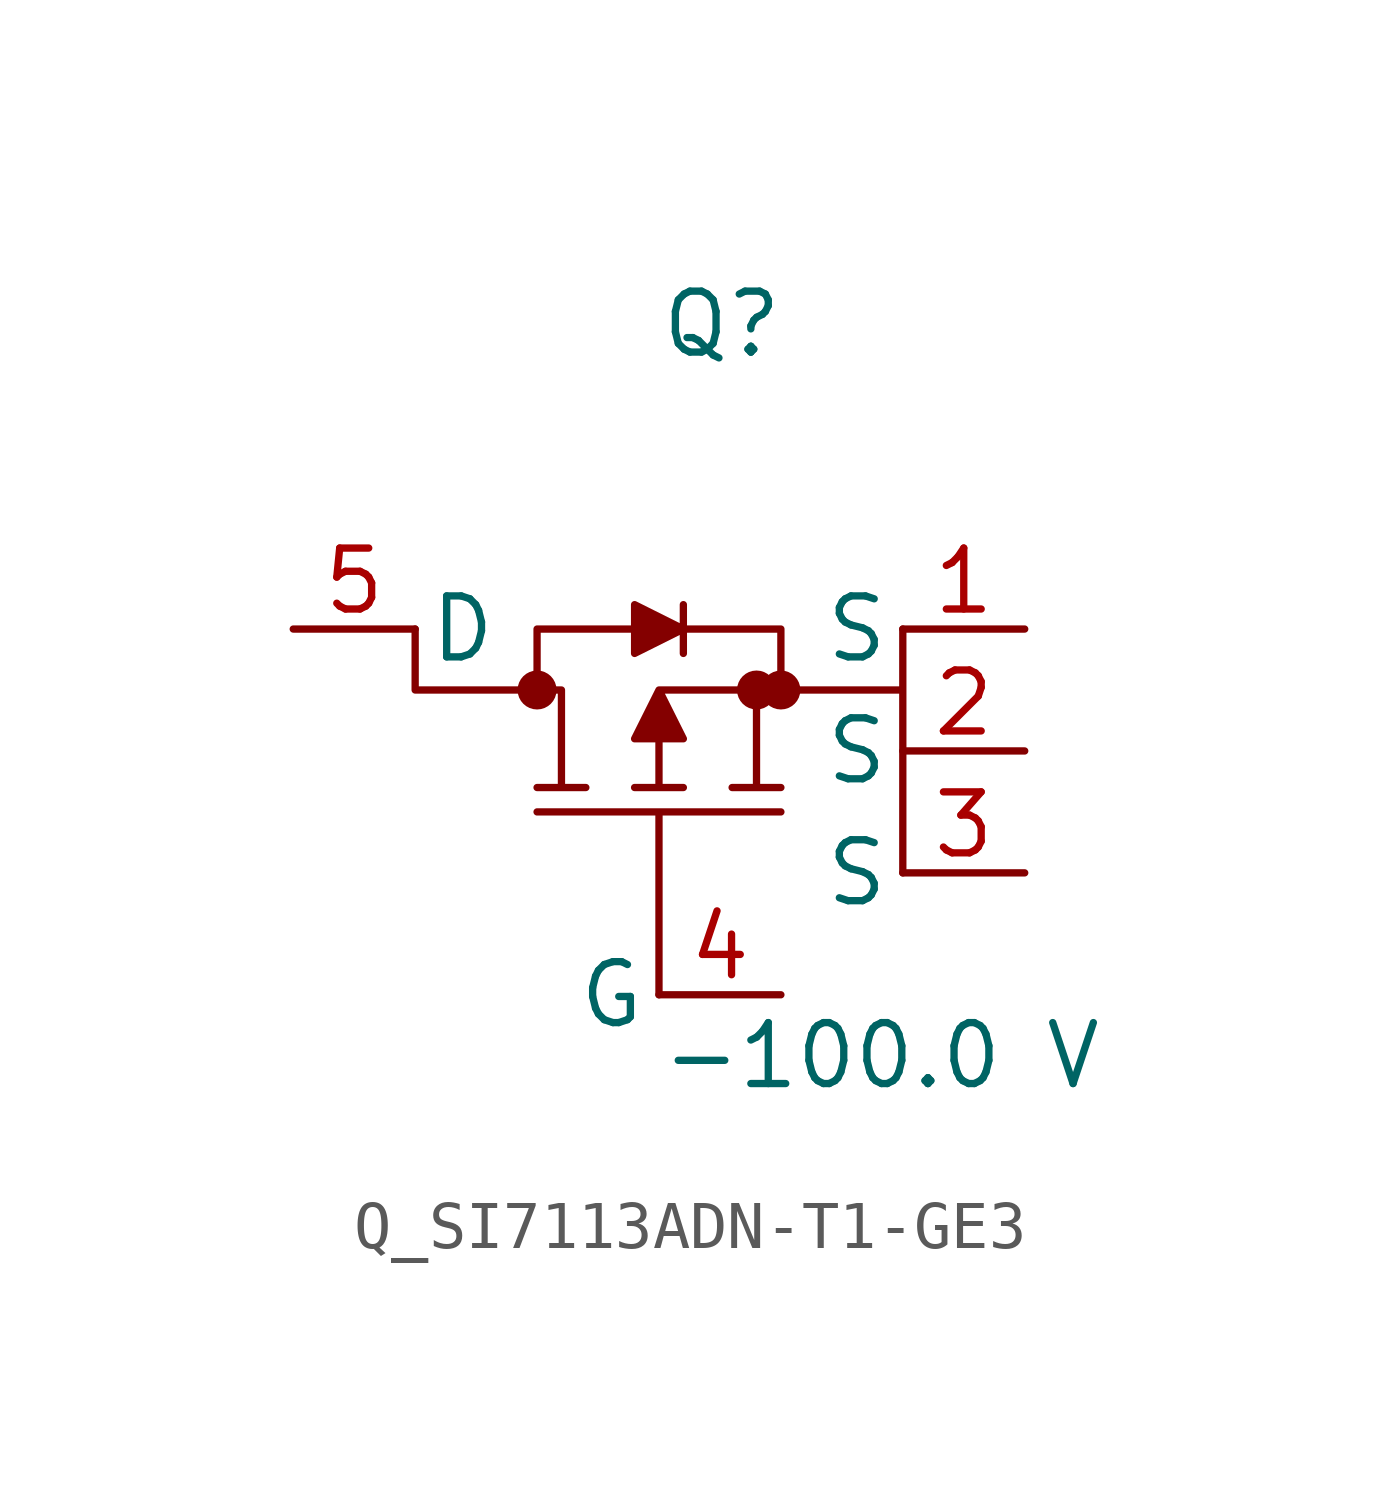
<source format=kicad_sym>
(kicad_symbol_lib
  (version 20231120)
  (generator kicad_symbol_editor)
  (generator_version 8.0)
  (symbol "Q_SI7113ADN-T1-GE3"
    (pin_names
      (offset 0.254))
    (property "Reference" "Q"
      (at 0 7.62 0)
      (effects (font (size 1.27 1.27)) (justify left)))
    (property "Value" "-100.0 V"
      (at 0 -7.62 0)
      (effects (font (size 1.27 1.27)) (justify left)))
    (symbol "Q_SI7113ADN-T1-GE3_1_0"
      (polyline (pts (xy 0 -6.35) (xy 0 -2.54) (xy -2.54 -2.54) (xy 2.54 -2.54) (xy 0 -2.54) (xy 0 -6.35)) (stroke (width 0) (type default)) (fill (type outline)))
      (polyline (pts (xy -5.08 1.27) (xy -5.08 0.0) (xy -2.54 0.0) (xy -2.032 0.0) (xy -2.032 -2.032) (xy -2.54 -2.032) (xy -1.524 -2.032) (xy -2.032 -2.032) (xy -2.032 0.0) (xy -2.54 0.0) (xy -2.54 1.27) (xy -0.508 1.27) (xy -0.508 0.762) (xy 0.508 1.27) (xy 0.508 0.762) (xy 0.508 1.27) (xy 2.54 1.27) (xy 2.54 0.0) (xy 0 0.0) (xy -0.508 -1.016) (xy 0 -1.016) (xy 0 -2.032) (xy -0.508 -2.032) (xy 0.508 -2.032) (xy 0 -2.032) (xy 0 -1.016) (xy 0.508 -1.016) (xy 0 0.0) (xy 2.032 0.0) (xy 2.032 -2.032) (xy 1.524 -2.032) (xy 2.54 -2.032) (xy 2.032 -2.032) (xy 2.032 0.0) (xy 2.54 0.0) (xy 5.08 0.0) (xy 5.08 -3.81) (xy 5.08 1.27) (xy 5.08 0.0) (xy 2.54 0.0) (xy 2.54 1.27) (xy 0.508 1.27) (xy 0.508 1.778) (xy 0.508 1.27) (xy -0.508 1.778) (xy -0.508 1.27) (xy -2.54 1.27) (xy -2.54 0.0) (xy -5.08 0.0) (xy -5.08 1.27)) (stroke (width 0) (type default)) (fill (type outline)))
      (circle (center -2.54 0.0) (radius 0.025) (stroke (width 0.381) (type default)) (fill (type none)))
      (circle (center 2.032 0.0) (radius 0.025) (stroke (width 0.381) (type default)) (fill (type none)))
      (circle (center 2.54 0.0) (radius 0.025) (stroke (width 0.381) (type default)) (fill (type none)))
      (pin unspecified line (at -7.62 1.27 0) (length 2.54) (name "D" (effects (font (size 1.27 1.27)))) (number "5" (effects (font (size 1.27 1.27)))))
      (pin unspecified line (at 7.62 1.27 180) (length 2.54) (name "S" (effects (font (size 1.27 1.27)))) (number "1" (effects (font (size 1.27 1.27)))))
      (pin unspecified line (at 7.62 -1.27 180) (length 2.54) (name "S" (effects (font (size 1.27 1.27)))) (number "2" (effects (font (size 1.27 1.27)))))
      (pin unspecified line (at 7.62 -3.81 180) (length 2.54) (name "S" (effects (font (size 1.27 1.27)))) (number "3" (effects (font (size 1.27 1.27)))))
      (pin unspecified line (at 2.54 -6.35 180) (length 2.54) (name "G" (effects (font (size 1.27 1.27)))) (number "4" (effects (font (size 1.27 1.27))))))))
</source>
